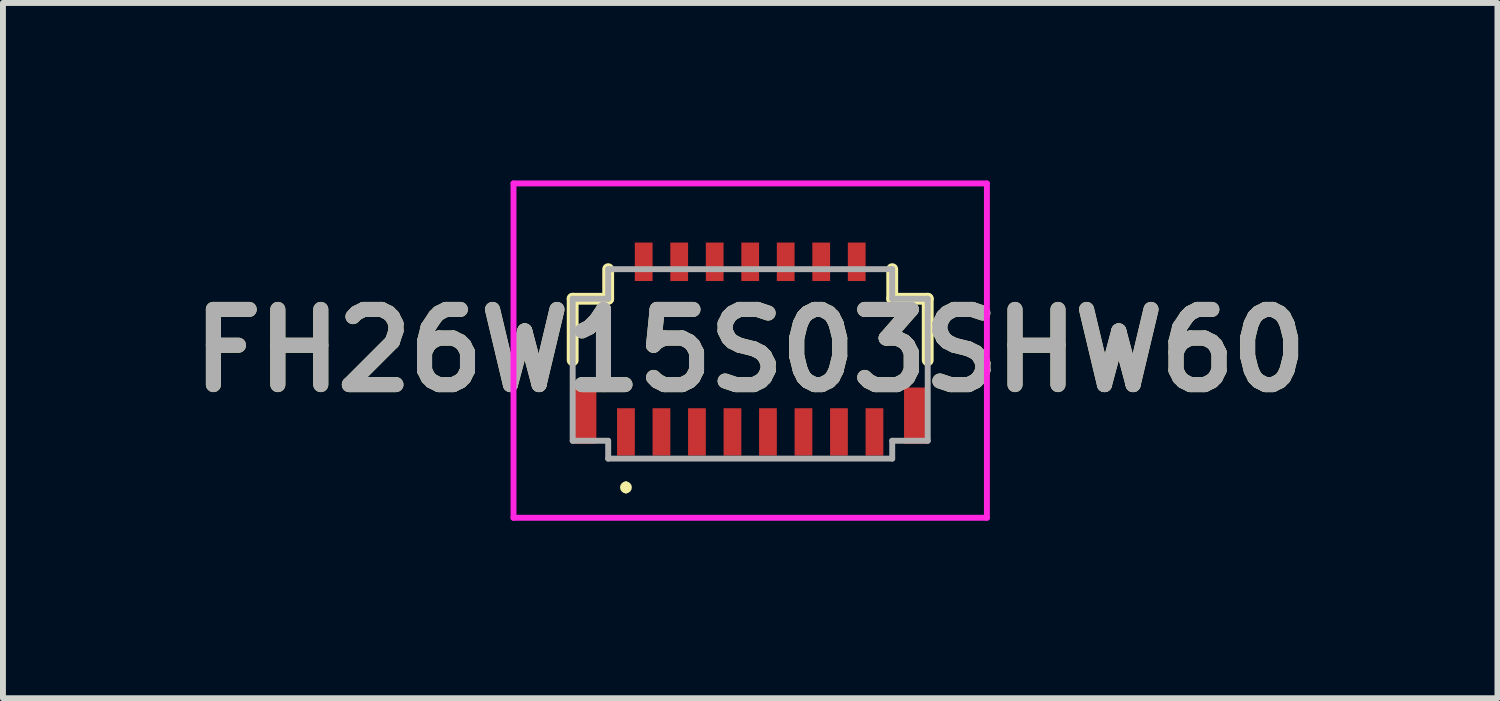
<source format=kicad_pcb>
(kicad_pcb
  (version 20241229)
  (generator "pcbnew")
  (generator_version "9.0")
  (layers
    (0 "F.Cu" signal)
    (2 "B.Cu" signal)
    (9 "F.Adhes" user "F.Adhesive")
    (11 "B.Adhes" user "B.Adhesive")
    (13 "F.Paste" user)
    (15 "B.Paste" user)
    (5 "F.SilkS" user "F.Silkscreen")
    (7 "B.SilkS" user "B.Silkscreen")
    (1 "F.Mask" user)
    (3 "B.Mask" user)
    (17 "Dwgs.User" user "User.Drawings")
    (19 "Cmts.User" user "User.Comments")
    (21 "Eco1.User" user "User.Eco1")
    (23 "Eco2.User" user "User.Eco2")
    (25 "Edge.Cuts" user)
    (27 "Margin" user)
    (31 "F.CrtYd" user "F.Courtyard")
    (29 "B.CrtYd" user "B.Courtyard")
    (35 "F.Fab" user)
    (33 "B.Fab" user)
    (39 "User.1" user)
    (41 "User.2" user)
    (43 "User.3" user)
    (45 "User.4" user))
  (footprint "FH26W15S03SHW60"
    (layer "F.Cu")
    (at 9.628 3.037)
    (property "Reference" "FH26W15S03SHW60" (at 0 -0.162 0) (layer "F.SilkS") (effects (font (size 1.27 1.27) (thickness 0.254))))
    (attr smd)
    (fp_line (start -3 -1.038) (end -2.4 -1.038) (stroke (width 0.2) (type solid)) (layer "F.SilkS"))
    (fp_line (start -3 0) (end -3 -1.038) (stroke (width 0.2) (type solid)) (layer "F.SilkS"))
    (fp_line (start -2.4 -1.038) (end -2.4 -1.538) (stroke (width 0.2) (type solid)) (layer "F.SilkS"))
    (fp_line (start -2.1 2.1) (end -2.1 2.1) (stroke (width 0.1) (type solid)) (layer "F.SilkS"))
    (fp_line (start -2.1 2.2) (end -2.1 2.2) (stroke (width 0.1) (type solid)) (layer "F.SilkS"))
    (fp_line (start 2.4 -1.538) (end 2.4 -1.038) (stroke (width 0.2) (type solid)) (layer "F.SilkS"))
    (fp_line (start 2.4 -1.038) (end 3 -1.038) (stroke (width 0.2) (type solid)) (layer "F.SilkS"))
    (fp_line (start 3 -1.038) (end 3 0) (stroke (width 0.2) (type solid)) (layer "F.SilkS"))
    (fp_arc (start -2.1 2.1) (mid -2.05 2.15) (end -2.1 2.2) (stroke (width 0.1) (type solid)) (layer "F.SilkS"))
    (fp_arc (start -2.1 2.2) (mid -2.15 2.15) (end -2.1 2.1) (stroke (width 0.1) (type solid)) (layer "F.SilkS"))
    (fp_line (start -4 -2.987) (end 4 -2.987) (stroke (width 0.1) (type solid)) (layer "F.CrtYd"))
    (fp_line (start -4 2.663) (end -4 -2.987) (stroke (width 0.1) (type solid)) (layer "F.CrtYd"))
    (fp_line (start 4 -2.987) (end 4 2.663) (stroke (width 0.1) (type solid)) (layer "F.CrtYd"))
    (fp_line (start 4 2.663) (end -4 2.663) (stroke (width 0.1) (type solid)) (layer "F.CrtYd"))
    (fp_line (start -3 -1.038) (end -3 1.362) (stroke (width 0.1) (type solid)) (layer "F.Fab"))
    (fp_line (start -3 1.362) (end -2.4 1.362) (stroke (width 0.1) (type solid)) (layer "F.Fab"))
    (fp_line (start -2.4 -1.538) (end -2.4 -1.038) (stroke (width 0.1) (type solid)) (layer "F.Fab"))
    (fp_line (start -2.4 -1.038) (end -3 -1.038) (stroke (width 0.1) (type solid)) (layer "F.Fab"))
    (fp_line (start -2.4 1.362) (end -2.4 1.663) (stroke (width 0.1) (type solid)) (layer "F.Fab"))
    (fp_line (start -2.4 1.663) (end 2.4 1.663) (stroke (width 0.1) (type solid)) (layer "F.Fab"))
    (fp_line (start 2.4 -1.538) (end -2.4 -1.538) (stroke (width 0.1) (type solid)) (layer "F.Fab"))
    (fp_line (start 2.4 -1.038) (end 2.4 -1.538) (stroke (width 0.1) (type solid)) (layer "F.Fab"))
    (fp_line (start 2.4 1.362) (end 3 1.362) (stroke (width 0.1) (type solid)) (layer "F.Fab"))
    (fp_line (start 2.4 1.663) (end 2.4 1.362) (stroke (width 0.1) (type solid)) (layer "F.Fab"))
    (fp_line (start 3 -1.038) (end 2.4 -1.038) (stroke (width 0.1) (type solid)) (layer "F.Fab"))
    (fp_line (start 3 1.362) (end 3 -1.038) (stroke (width 0.1) (type solid)) (layer "F.Fab"))
    (fp_text user "${REFERENCE}" (at 0 -0.162 0) (layer "F.Fab") (effects (font (size 1.27 1.27) (thickness 0.254))))
    (pad "1" smd rect (at -2.1 1.212) (size 0.3 0.8) (layers "F.Cu" "F.Mask" "F.Paste"))
    (pad "2" smd rect (at -1.8 -1.663) (size 0.3 0.65) (layers "F.Cu" "F.Mask" "F.Paste"))
    (pad "3" smd rect (at -1.5 1.212) (size 0.3 0.8) (layers "F.Cu" "F.Mask" "F.Paste"))
    (pad "4" smd rect (at -1.2 -1.663) (size 0.3 0.65) (layers "F.Cu" "F.Mask" "F.Paste"))
    (pad "5" smd rect (at -0.9 1.212) (size 0.3 0.8) (layers "F.Cu" "F.Mask" "F.Paste"))
    (pad "6" smd rect (at -0.6 -1.663) (size 0.3 0.65) (layers "F.Cu" "F.Mask" "F.Paste"))
    (pad "7" smd rect (at -0.3 1.212) (size 0.3 0.8) (layers "F.Cu" "F.Mask" "F.Paste"))
    (pad "8" smd rect (at 0 -1.663) (size 0.3 0.65) (layers "F.Cu" "F.Mask" "F.Paste"))
    (pad "9" smd rect (at 0.3 1.212) (size 0.3 0.8) (layers "F.Cu" "F.Mask" "F.Paste"))
    (pad "10" smd rect (at 0.6 -1.663) (size 0.3 0.65) (layers "F.Cu" "F.Mask" "F.Paste"))
    (pad "11" smd rect (at 0.9 1.212) (size 0.3 0.8) (layers "F.Cu" "F.Mask" "F.Paste"))
    (pad "12" smd rect (at 1.2 -1.663) (size 0.3 0.65) (layers "F.Cu" "F.Mask" "F.Paste"))
    (pad "13" smd rect (at 1.5 1.212) (size 0.3 0.8) (layers "F.Cu" "F.Mask" "F.Paste"))
    (pad "14" smd rect (at 1.8 -1.663) (size 0.3 0.65) (layers "F.Cu" "F.Mask" "F.Paste"))
    (pad "15" smd rect (at 2.1 1.212) (size 0.3 0.8) (layers "F.Cu" "F.Mask" "F.Paste"))
    (pad "MP1" smd rect (at -2.8 0.937) (size 0.4 0.95) (layers "F.Cu" "F.Mask" "F.Paste"))
    (pad "MP2" smd rect (at 2.8 0.937) (size 0.4 0.95) (layers "F.Cu" "F.Mask" "F.Paste")))
  (gr_rect
    (start -3 -3)
    (end 22.256 8.75)
    (stroke (width 0.1) (type default))
    (fill no)
    (layer "Edge.Cuts")))
</source>
